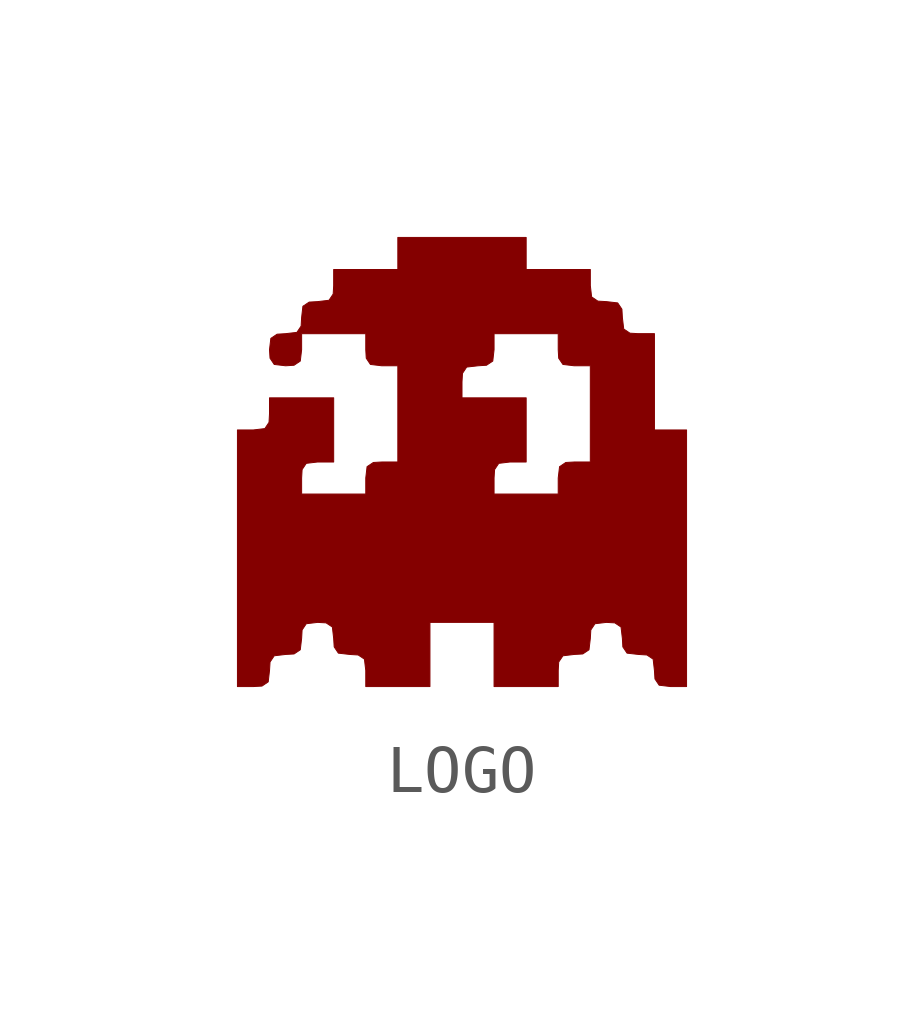
<source format=kicad_sym>
(kicad_symbol_lib
  (version 20220914)
  (generator "bitmap2component")
  (generator_version "9.0")
  (symbol "LOGO"
    (pin_names
      (offset 1.016))
    (property "Reference" "#G"
      (at 0 4.378 0)
      (effects (font (size 1.27 1.27)) hide))
    (symbol "LOGO_0_0"
      (polyline (pts (xy -4.168 -4.669) (xy -4.038 -4.581) (xy -4.011 -4.345) (xy -4 -4.168) (xy -3.913 -4.038) (xy -3.676 -4.01) (xy -3.5 -4) (xy -3.37 -3.913) (xy -3.342 -3.676) (xy -3.332 -3.5) (xy -3.245 -3.37) (xy -3.008 -3.342) (xy -2.832 -3.352) (xy -2.701 -3.439) (xy -2.674 -3.676) (xy -2.663 -3.853) (xy -2.576 -3.983) (xy -2.34 -4.01) (xy -2.163 -4.021) (xy -2.033 -4.108) (xy -2.005 -4.345) (xy -2.005 -4.679) (xy -1.337 -4.679) (xy -0.668 -4.679) (xy -0.668 -4.01) (xy -0.668 -3.342) (xy -0.000100 -3.342) (xy 0.668 -3.342) (xy 0.668 -4.01) (xy 0.668 -4.679) (xy 1.337 -4.679) (xy 2.005 -4.679) (xy 2.005 -4.345) (xy 2.015 -4.168) (xy 2.103 -4.038) (xy 2.339 -4.01) (xy 2.516 -4) (xy 2.646 -3.913) (xy 2.674 -3.676) (xy 2.684 -3.5) (xy 2.771 -3.37) (xy 3.008 -3.342) (xy 3.184 -3.352) (xy 3.314 -3.439) (xy 3.342 -3.676) (xy 3.352 -3.853) (xy 3.439 -3.983) (xy 3.676 -4.01) (xy 3.853 -4.021) (xy 3.983 -4.108) (xy 4.01 -4.345) (xy 4.021 -4.521) (xy 4.108 -4.651) (xy 4.345 -4.679) (xy 4.679 -4.679) (xy 4.679 -2.005) (xy 4.679 0.668) (xy 4.345 0.668) (xy 4.01 0.668) (xy 4.01 1.671) (xy 4.01 2.674) (xy 3.676 2.674) (xy 3.5 2.684) (xy 3.37 2.771) (xy 3.342 3.008) (xy 3.332 3.184) (xy 3.244 3.315) (xy 3.008 3.342) (xy 2.831 3.352) (xy 2.701 3.44) (xy 2.674 3.676) (xy 2.674 4.011) (xy 2.005 4.011) (xy 1.337 4.011) (xy 1.337 4.345) (xy 1.337 4.679) (xy -0.000100 4.679) (xy -1.337 4.679) (xy -1.337 4.345) (xy -1.337 4.011) (xy -2.005 4.011) (xy -2.674 4.011) (xy -2.674 3.676) (xy -2.684 3.5) (xy -2.771 3.37) (xy -3.008 3.342) (xy -3.184 3.332) (xy -3.315 3.245) (xy -3.342 3.008) (xy -3.352 2.832) (xy -3.44 2.701) (xy -3.676 2.674) (xy -3.853 2.663) (xy -3.983 2.576) (xy -4.011 2.34) (xy -4 2.163) (xy -3.913 2.033) (xy -3.676 2.005) (xy -3.5 2.016) (xy -3.37 2.103) (xy -3.342 2.34) (xy -3.342 2.674) (xy -2.674 2.674) (xy -2.005 2.674) (xy -2.005 2.34) (xy -1.995 2.163) (xy -1.908 2.033) (xy -1.671 2.005) (xy -1.337 2.005) (xy -1.337 1.337) (xy -0.000100 1.337) (xy -0.000100 1.671) (xy 0.01 1.847) (xy 0.097 1.978) (xy 0.334 2.005) (xy 0.51 2.016) (xy 0.641 2.103) (xy 0.668 2.34) (xy 0.668 2.674) (xy 1.337 2.674) (xy 2.005 2.674) (xy 2.005 2.34) (xy 2.015 2.163) (xy 2.103 2.033) (xy 2.339 2.005) (xy 2.674 2.005) (xy 2.674 1.003) (xy 2.674 0.000100) (xy 2.339 0.000100) (xy 2.163 -0.01) (xy 2.033 -0.097) (xy 2.005 -0.334) (xy 2.005 -0.668) (xy 1.337 -0.668) (xy 0.668 -0.668) (xy 0.668 -0.334) (xy 0.679 -0.158) (xy 0.766 -0.028) (xy 1.002 0.000100) (xy 1.337 0.000100) (xy 1.337 0.668) (xy 1.337 1.337) (xy 0.668 1.337) (xy -0.000100 1.337) (xy -1.337 1.337) (xy -1.337 1.003) (xy -1.337 0.000100) (xy -1.671 0.000100) (xy -1.847 -0.01) (xy -1.978 -0.097) (xy -2.005 -0.334) (xy -2.005 -0.668) (xy -2.674 -0.668) (xy -3.342 -0.668) (xy -3.342 -0.334) (xy -3.332 -0.158) (xy -3.245 -0.028) (xy -3.008 0.000100) (xy -2.674 0.000100) (xy -2.674 0.668) (xy -2.674 1.337) (xy -3.342 1.337) (xy -4.011 1.337) (xy -4.011 1.003) (xy -4.021 0.826) (xy -4.108 0.696) (xy -4.345 0.668) (xy -4.679 0.668) (xy -4.679 -2.005) (xy -4.679 -4.679) (xy -4.345 -4.679) (xy -4.168 -4.669)) (stroke (width 0.01) (type default)) (fill (type outline))))))
</source>
